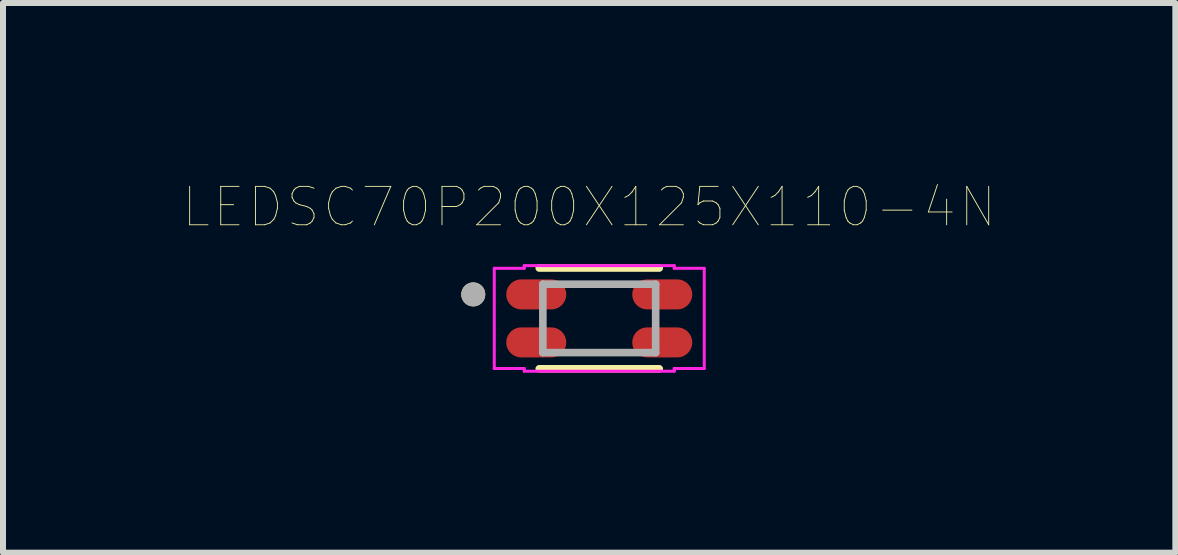
<source format=kicad_pcb>
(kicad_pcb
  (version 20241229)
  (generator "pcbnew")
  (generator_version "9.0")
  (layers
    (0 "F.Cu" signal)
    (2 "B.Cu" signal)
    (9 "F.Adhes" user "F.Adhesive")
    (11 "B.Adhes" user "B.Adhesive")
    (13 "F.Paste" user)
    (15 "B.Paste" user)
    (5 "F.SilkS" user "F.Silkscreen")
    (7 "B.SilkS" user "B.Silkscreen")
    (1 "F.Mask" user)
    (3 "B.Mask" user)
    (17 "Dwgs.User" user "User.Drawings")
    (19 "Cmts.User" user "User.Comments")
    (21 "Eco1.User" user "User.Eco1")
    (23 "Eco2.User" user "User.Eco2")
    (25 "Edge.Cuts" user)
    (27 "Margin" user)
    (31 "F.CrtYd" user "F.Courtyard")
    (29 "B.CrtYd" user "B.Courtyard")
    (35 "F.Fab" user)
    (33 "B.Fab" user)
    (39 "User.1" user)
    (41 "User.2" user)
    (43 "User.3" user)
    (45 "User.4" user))
  (footprint "LEDSC70P200X125X110-4N"
    (layer "F.Cu")
    (at 5.878 2.287)
    (property "Reference" "LEDSC70P200X125X110-4N" (at 0.892 -1.886 0) (layer "F.SilkS") (effects (font (size 0.64 0.64) (thickness 0.015))))
    (attr through_hole)
    (fp_line (start 0.06 0.81) (end 2.06 0.81) (stroke (width 0.127) (type solid)) (layer "F.SilkS"))
    (fp_line (start 2.06 -0.87) (end 0.06 -0.87) (stroke (width 0.127) (type solid)) (layer "F.SilkS"))
    (fp_circle (center -1.04 -0.43) (end -0.94 -0.43) (stroke (width 0.2) (type solid)) (fill no) (layer "F.SilkS"))
    (fp_line (start -0.69 -0.865) (end -0.69 0.805) (stroke (width 0.05) (type solid)) (layer "F.CrtYd"))
    (fp_line (start -0.69 0.805) (end -0.19 0.805) (stroke (width 0.05) (type solid)) (layer "F.CrtYd"))
    (fp_line (start -0.19 -0.91) (end -0.19 -0.865) (stroke (width 0.05) (type solid)) (layer "F.CrtYd"))
    (fp_line (start -0.19 -0.865) (end -0.69 -0.865) (stroke (width 0.05) (type solid)) (layer "F.CrtYd"))
    (fp_line (start -0.19 0.805) (end -0.19 0.85) (stroke (width 0.05) (type solid)) (layer "F.CrtYd"))
    (fp_line (start -0.19 0.85) (end 2.31 0.85) (stroke (width 0.05) (type solid)) (layer "F.CrtYd"))
    (fp_line (start 2.31 -0.91) (end -0.19 -0.91) (stroke (width 0.05) (type solid)) (layer "F.CrtYd"))
    (fp_line (start 2.31 -0.865) (end 2.31 -0.91) (stroke (width 0.05) (type solid)) (layer "F.CrtYd"))
    (fp_line (start 2.31 0.805) (end 2.81 0.805) (stroke (width 0.05) (type solid)) (layer "F.CrtYd"))
    (fp_line (start 2.31 0.85) (end 2.31 0.805) (stroke (width 0.05) (type solid)) (layer "F.CrtYd"))
    (fp_line (start 2.81 -0.865) (end 2.31 -0.865) (stroke (width 0.05) (type solid)) (layer "F.CrtYd"))
    (fp_line (start 2.81 0.805) (end 2.81 -0.865) (stroke (width 0.05) (type solid)) (layer "F.CrtYd"))
    (fp_line (start 0.12 -0.6) (end 0.12 0.54) (stroke (width 0.127) (type solid)) (layer "F.Fab"))
    (fp_line (start 0.12 0.54) (end 2 0.54) (stroke (width 0.127) (type solid)) (layer "F.Fab"))
    (fp_line (start 2 -0.6) (end 0.12 -0.6) (stroke (width 0.127) (type solid)) (layer "F.Fab"))
    (fp_line (start 2 0.54) (end 2 -0.6) (stroke (width 0.127) (type solid)) (layer "F.Fab"))
    (fp_circle (center -1.04 -0.43) (end -0.94 -0.43) (stroke (width 0.2) (type solid)) (fill no) (layer "F.Fab"))
    (pad "1" smd oval (at 0.01 -0.43) (size 1 0.5) (layers "F.Cu" "F.Mask" "F.Paste"))
    (pad "2" smd oval (at 2.11 -0.43) (size 1 0.5) (layers "F.Cu" "F.Mask" "F.Paste"))
    (pad "3" smd oval (at 0.01 0.37) (size 1 0.5) (layers "F.Cu" "F.Mask" "F.Paste"))
    (pad "4" smd oval (at 2.11 0.37) (size 1 0.5) (layers "F.Cu" "F.Mask" "F.Paste")))
  (gr_rect
    (start -3 -3)
    (end 16.54 6.162)
    (stroke (width 0.1) (type default))
    (fill no)
    (layer "Edge.Cuts")))
</source>
